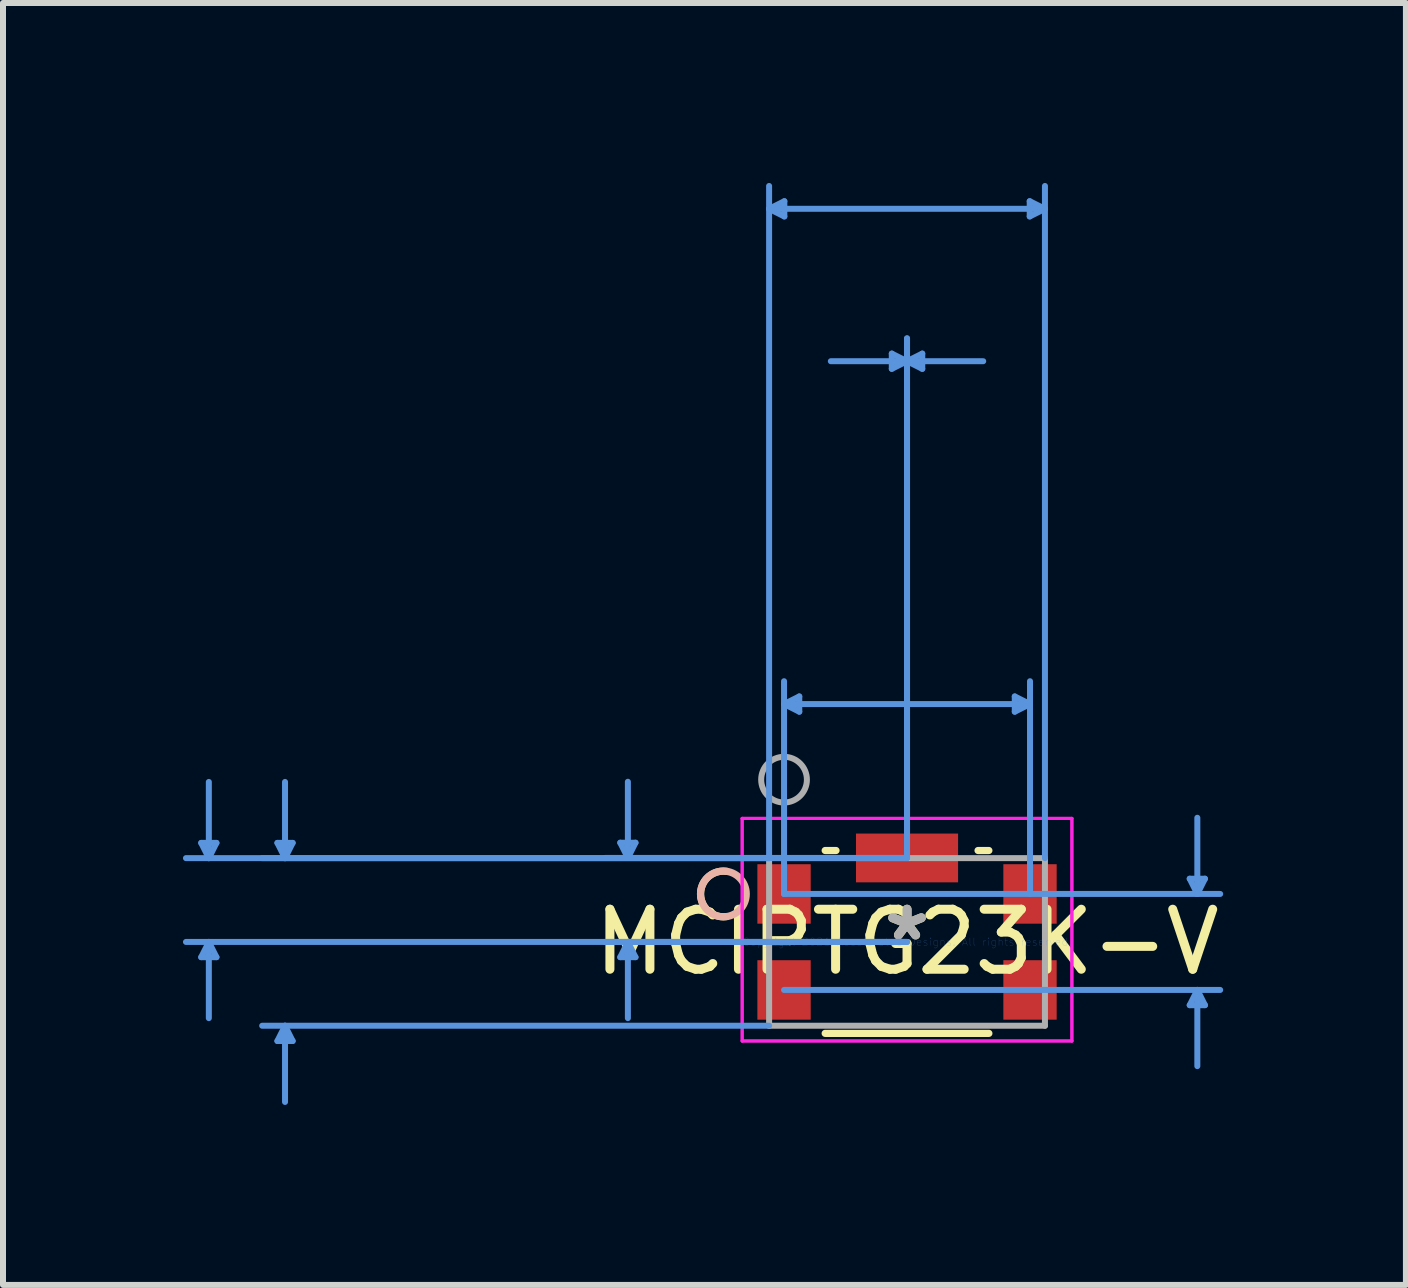
<source format=kicad_pcb>
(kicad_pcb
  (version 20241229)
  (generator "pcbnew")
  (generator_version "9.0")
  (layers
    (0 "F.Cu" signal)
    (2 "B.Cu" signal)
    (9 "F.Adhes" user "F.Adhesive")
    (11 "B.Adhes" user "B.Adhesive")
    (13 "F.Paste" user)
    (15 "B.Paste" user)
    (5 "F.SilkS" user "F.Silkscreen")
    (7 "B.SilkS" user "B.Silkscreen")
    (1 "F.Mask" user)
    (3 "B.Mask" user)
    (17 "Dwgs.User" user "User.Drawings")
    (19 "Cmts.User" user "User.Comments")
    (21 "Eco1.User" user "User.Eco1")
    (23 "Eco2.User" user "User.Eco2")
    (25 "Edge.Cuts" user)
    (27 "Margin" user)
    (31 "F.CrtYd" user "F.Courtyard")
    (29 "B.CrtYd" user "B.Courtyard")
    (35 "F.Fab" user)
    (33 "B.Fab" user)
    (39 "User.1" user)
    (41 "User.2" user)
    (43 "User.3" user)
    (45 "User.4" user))
  (footprint "MCIPTG23K-V"
    (layer "F.Cu")
    (at 12.069 12.651)
    (property "Reference" "MCIPTG23K-V" (at 0 0 0) (layer "F.SilkS") (effects (font (size 1 1) (thickness 0.15))))
    (attr through_hole)
    (fp_line (start -1.364 1.524) (end 1.364 1.524) (stroke (width 0.12) (type solid)) (layer "F.SilkS"))
    (fp_line (start -1.184 -1.524) (end -1.364 -1.524) (stroke (width 0.12) (type solid)) (layer "F.SilkS"))
    (fp_line (start 1.364 -1.524) (end 1.184 -1.524) (stroke (width 0.12) (type solid)) (layer "F.SilkS"))
    (fp_arc (start -3.005039 -0.423088) (mid -3.4417 -0.8) (end -3.005038 -1.176912) (stroke (width 0.12) (type solid)) (layer "F.SilkS"))
    (fp_circle (center -3.061 -0.8) (end -2.68 -0.8) (stroke (width 0.12) (type solid)) (fill no) (layer "B.SilkS"))
    (fp_line (start -11.765 -1.651) (end -11.511 -1.651) (stroke (width 0.1) (type solid)) (layer "Cmts.User"))
    (fp_line (start -11.765 0.254) (end -11.511 0.254) (stroke (width 0.1) (type solid)) (layer "Cmts.User"))
    (fp_line (start -11.638 -1.397) (end -11.765 -1.651) (stroke (width 0.1) (type solid)) (layer "Cmts.User"))
    (fp_line (start -11.638 -1.397) (end -11.638 -2.667) (stroke (width 0.1) (type solid)) (layer "Cmts.User"))
    (fp_line (start -11.638 -1.397) (end -11.511 -1.651) (stroke (width 0.1) (type solid)) (layer "Cmts.User"))
    (fp_line (start -11.638 0) (end -11.765 0.254) (stroke (width 0.1) (type solid)) (layer "Cmts.User"))
    (fp_line (start -11.638 0) (end -11.638 1.27) (stroke (width 0.1) (type solid)) (layer "Cmts.User"))
    (fp_line (start -11.638 0) (end -11.511 0.254) (stroke (width 0.1) (type solid)) (layer "Cmts.User"))
    (fp_line (start -10.495 -1.651) (end -10.241 -1.651) (stroke (width 0.1) (type solid)) (layer "Cmts.User"))
    (fp_line (start -10.495 1.651) (end -10.241 1.651) (stroke (width 0.1) (type solid)) (layer "Cmts.User"))
    (fp_line (start -10.368 -1.397) (end -10.495 -1.651) (stroke (width 0.1) (type solid)) (layer "Cmts.User"))
    (fp_line (start -10.368 -1.397) (end -10.368 -2.667) (stroke (width 0.1) (type solid)) (layer "Cmts.User"))
    (fp_line (start -10.368 -1.397) (end -10.241 -1.651) (stroke (width 0.1) (type solid)) (layer "Cmts.User"))
    (fp_line (start -10.368 1.397) (end -10.495 1.651) (stroke (width 0.1) (type solid)) (layer "Cmts.User"))
    (fp_line (start -10.368 1.397) (end -10.368 2.667) (stroke (width 0.1) (type solid)) (layer "Cmts.User"))
    (fp_line (start -10.368 1.397) (end -10.241 1.651) (stroke (width 0.1) (type solid)) (layer "Cmts.User"))
    (fp_line (start -4.78 -1.654) (end -4.526 -1.654) (stroke (width 0.1) (type solid)) (layer "Cmts.User"))
    (fp_line (start -4.78 0.254) (end -4.526 0.254) (stroke (width 0.1) (type solid)) (layer "Cmts.User"))
    (fp_line (start -4.653 -1.4) (end -4.78 -1.654) (stroke (width 0.1) (type solid)) (layer "Cmts.User"))
    (fp_line (start -4.653 -1.4) (end -4.653 -2.67) (stroke (width 0.1) (type solid)) (layer "Cmts.User"))
    (fp_line (start -4.653 -1.4) (end -4.526 -1.654) (stroke (width 0.1) (type solid)) (layer "Cmts.User"))
    (fp_line (start -4.653 0) (end -4.78 0.254) (stroke (width 0.1) (type solid)) (layer "Cmts.User"))
    (fp_line (start -4.653 0) (end -4.653 1.27) (stroke (width 0.1) (type solid)) (layer "Cmts.User"))
    (fp_line (start -4.653 0) (end -4.526 0.254) (stroke (width 0.1) (type solid)) (layer "Cmts.User"))
    (fp_line (start -2.299 -12.22) (end -2.045 -12.347) (stroke (width 0.1) (type solid)) (layer "Cmts.User"))
    (fp_line (start -2.299 -12.22) (end -2.045 -12.093) (stroke (width 0.1) (type solid)) (layer "Cmts.User"))
    (fp_line (start -2.299 -12.22) (end 2.299 -12.22) (stroke (width 0.1) (type solid)) (layer "Cmts.User"))
    (fp_line (start -2.299 -1.397) (end -12.019 -1.397) (stroke (width 0.1) (type solid)) (layer "Cmts.User"))
    (fp_line (start -2.299 -1.397) (end -10.749 -1.397) (stroke (width 0.1) (type solid)) (layer "Cmts.User"))
    (fp_line (start -2.299 -1.397) (end -2.299 -12.601) (stroke (width 0.1) (type solid)) (layer "Cmts.User"))
    (fp_line (start -2.299 1.397) (end -10.749 1.397) (stroke (width 0.1) (type solid)) (layer "Cmts.User"))
    (fp_line (start -2.05 -3.965) (end -1.796 -4.092) (stroke (width 0.1) (type solid)) (layer "Cmts.User"))
    (fp_line (start -2.05 -3.965) (end -1.796 -3.838) (stroke (width 0.1) (type solid)) (layer "Cmts.User"))
    (fp_line (start -2.05 -3.965) (end 2.05 -3.965) (stroke (width 0.1) (type solid)) (layer "Cmts.User"))
    (fp_line (start -2.05 -0.8) (end -2.05 -4.346) (stroke (width 0.1) (type solid)) (layer "Cmts.User"))
    (fp_line (start -2.05 -0.8) (end 5.22 -0.8) (stroke (width 0.1) (type solid)) (layer "Cmts.User"))
    (fp_line (start -2.05 0.8) (end 5.22 0.8) (stroke (width 0.1) (type solid)) (layer "Cmts.User"))
    (fp_line (start -2.045 -12.347) (end -2.045 -12.093) (stroke (width 0.1) (type solid)) (layer "Cmts.User"))
    (fp_line (start -1.796 -4.092) (end -1.796 -3.838) (stroke (width 0.1) (type solid)) (layer "Cmts.User"))
    (fp_line (start -0.254 -9.807) (end -0.254 -9.553) (stroke (width 0.1) (type solid)) (layer "Cmts.User"))
    (fp_line (start 0 -9.68) (end -1.27 -9.68) (stroke (width 0.1) (type solid)) (layer "Cmts.User"))
    (fp_line (start 0 -9.68) (end -0.254 -9.807) (stroke (width 0.1) (type solid)) (layer "Cmts.User"))
    (fp_line (start 0 -9.68) (end -0.254 -9.553) (stroke (width 0.1) (type solid)) (layer "Cmts.User"))
    (fp_line (start 0 -9.68) (end 0.254 -9.807) (stroke (width 0.1) (type solid)) (layer "Cmts.User"))
    (fp_line (start 0 -9.68) (end 0.254 -9.553) (stroke (width 0.1) (type solid)) (layer "Cmts.User"))
    (fp_line (start 0 -9.68) (end 1.27 -9.68) (stroke (width 0.1) (type solid)) (layer "Cmts.User"))
    (fp_line (start 0 -1.4) (end -5.034 -1.4) (stroke (width 0.1) (type solid)) (layer "Cmts.User"))
    (fp_line (start 0 -1.4) (end 0 -10.061) (stroke (width 0.1) (type solid)) (layer "Cmts.User"))
    (fp_line (start 0 -1.4) (end 0 -10.061) (stroke (width 0.1) (type solid)) (layer "Cmts.User"))
    (fp_line (start 0 0) (end -12.019 0) (stroke (width 0.1) (type solid)) (layer "Cmts.User"))
    (fp_line (start 0 0) (end -5.034 0) (stroke (width 0.1) (type solid)) (layer "Cmts.User"))
    (fp_line (start 0.254 -9.807) (end 0.254 -9.553) (stroke (width 0.1) (type solid)) (layer "Cmts.User"))
    (fp_line (start 1.796 -4.092) (end 1.796 -3.838) (stroke (width 0.1) (type solid)) (layer "Cmts.User"))
    (fp_line (start 2.045 -12.347) (end 2.045 -12.093) (stroke (width 0.1) (type solid)) (layer "Cmts.User"))
    (fp_line (start 2.05 -3.965) (end 1.796 -4.092) (stroke (width 0.1) (type solid)) (layer "Cmts.User"))
    (fp_line (start 2.05 -3.965) (end 1.796 -3.838) (stroke (width 0.1) (type solid)) (layer "Cmts.User"))
    (fp_line (start 2.05 -0.8) (end 2.05 -4.346) (stroke (width 0.1) (type solid)) (layer "Cmts.User"))
    (fp_line (start 2.299 -12.22) (end 2.045 -12.347) (stroke (width 0.1) (type solid)) (layer "Cmts.User"))
    (fp_line (start 2.299 -12.22) (end 2.045 -12.093) (stroke (width 0.1) (type solid)) (layer "Cmts.User"))
    (fp_line (start 2.299 -1.397) (end 2.299 -12.601) (stroke (width 0.1) (type solid)) (layer "Cmts.User"))
    (fp_line (start 4.712 -1.054) (end 4.966 -1.054) (stroke (width 0.1) (type solid)) (layer "Cmts.User"))
    (fp_line (start 4.712 1.054) (end 4.966 1.054) (stroke (width 0.1) (type solid)) (layer "Cmts.User"))
    (fp_line (start 4.839 -0.8) (end 4.712 -1.054) (stroke (width 0.1) (type solid)) (layer "Cmts.User"))
    (fp_line (start 4.839 -0.8) (end 4.839 -2.07) (stroke (width 0.1) (type solid)) (layer "Cmts.User"))
    (fp_line (start 4.839 -0.8) (end 4.966 -1.054) (stroke (width 0.1) (type solid)) (layer "Cmts.User"))
    (fp_line (start 4.839 0.8) (end 4.712 1.054) (stroke (width 0.1) (type solid)) (layer "Cmts.User"))
    (fp_line (start 4.839 0.8) (end 4.839 2.07) (stroke (width 0.1) (type solid)) (layer "Cmts.User"))
    (fp_line (start 4.839 0.8) (end 4.966 1.054) (stroke (width 0.1) (type solid)) (layer "Cmts.User"))
    (fp_line (start -2.748 -2.06) (end -2.748 1.651) (stroke (width 0.05) (type solid)) (layer "F.CrtYd"))
    (fp_line (start -2.748 -2.06) (end -2.748 1.651) (stroke (width 0.05) (type solid)) (layer "F.CrtYd"))
    (fp_line (start -2.748 1.651) (end 2.748 1.651) (stroke (width 0.05) (type solid)) (layer "F.CrtYd"))
    (fp_line (start -2.748 1.651) (end 2.748 1.651) (stroke (width 0.05) (type solid)) (layer "F.CrtYd"))
    (fp_line (start 2.748 -2.06) (end -2.748 -2.06) (stroke (width 0.05) (type solid)) (layer "F.CrtYd"))
    (fp_line (start 2.748 -2.06) (end -2.748 -2.06) (stroke (width 0.05) (type solid)) (layer "F.CrtYd"))
    (fp_line (start 2.748 1.651) (end 2.748 -2.06) (stroke (width 0.05) (type solid)) (layer "F.CrtYd"))
    (fp_line (start 2.748 1.651) (end 2.748 -2.06) (stroke (width 0.05) (type solid)) (layer "F.CrtYd"))
    (fp_line (start -2.299 -1.397) (end -2.299 1.397) (stroke (width 0.1) (type solid)) (layer "F.Fab"))
    (fp_line (start -2.299 1.397) (end 2.299 1.397) (stroke (width 0.1) (type solid)) (layer "F.Fab"))
    (fp_line (start 2.299 -1.397) (end -2.299 -1.397) (stroke (width 0.1) (type solid)) (layer "F.Fab"))
    (fp_line (start 2.299 1.397) (end 2.299 -1.397) (stroke (width 0.1) (type solid)) (layer "F.Fab"))
    (fp_circle (center -2.05 -2.705) (end -1.669 -2.705) (stroke (width 0.1) (type solid)) (fill no) (layer "F.Fab"))
    (fp_text user "*" (at 0 0 0) (layer "F.SilkS") (effects (font (size 1 1) (thickness 0.15))))
    (fp_text user "Copyright 2021 Accelerated Designs. All rights reserved." (at 0 0 0) (layer "Cmts.User") (effects (font (size 0.127 0.127) (thickness 0.002))))
    (fp_text user "*" (at 0 0 0) (layer "F.Fab") (effects (font (size 1 1) (thickness 0.15))))
    (pad "1" smd rect (at -2.05 -0.8) (size 0.889 0.991) (layers "F.Cu" "F.Mask" "F.Paste"))
    (pad "2" smd rect (at -2.05 0.8) (size 0.889 0.991) (layers "F.Cu" "F.Mask" "F.Paste"))
    (pad "3" smd rect (at 2.05 -0.8) (size 0.889 0.991) (layers "F.Cu" "F.Mask" "F.Paste"))
    (pad "4" smd rect (at 2.05 0.8) (size 0.889 0.991) (layers "F.Cu" "F.Mask" "F.Paste"))
    (pad "5" smd rect (at 0 -1.4) (size 1.702 0.813) (layers "F.Cu" "F.Mask" "F.Paste")))
  (gr_rect
    (start -3 -3)
    (end 20.385 18.368)
    (stroke (width 0.1) (type default))
    (fill no)
    (layer "Edge.Cuts")))
</source>
